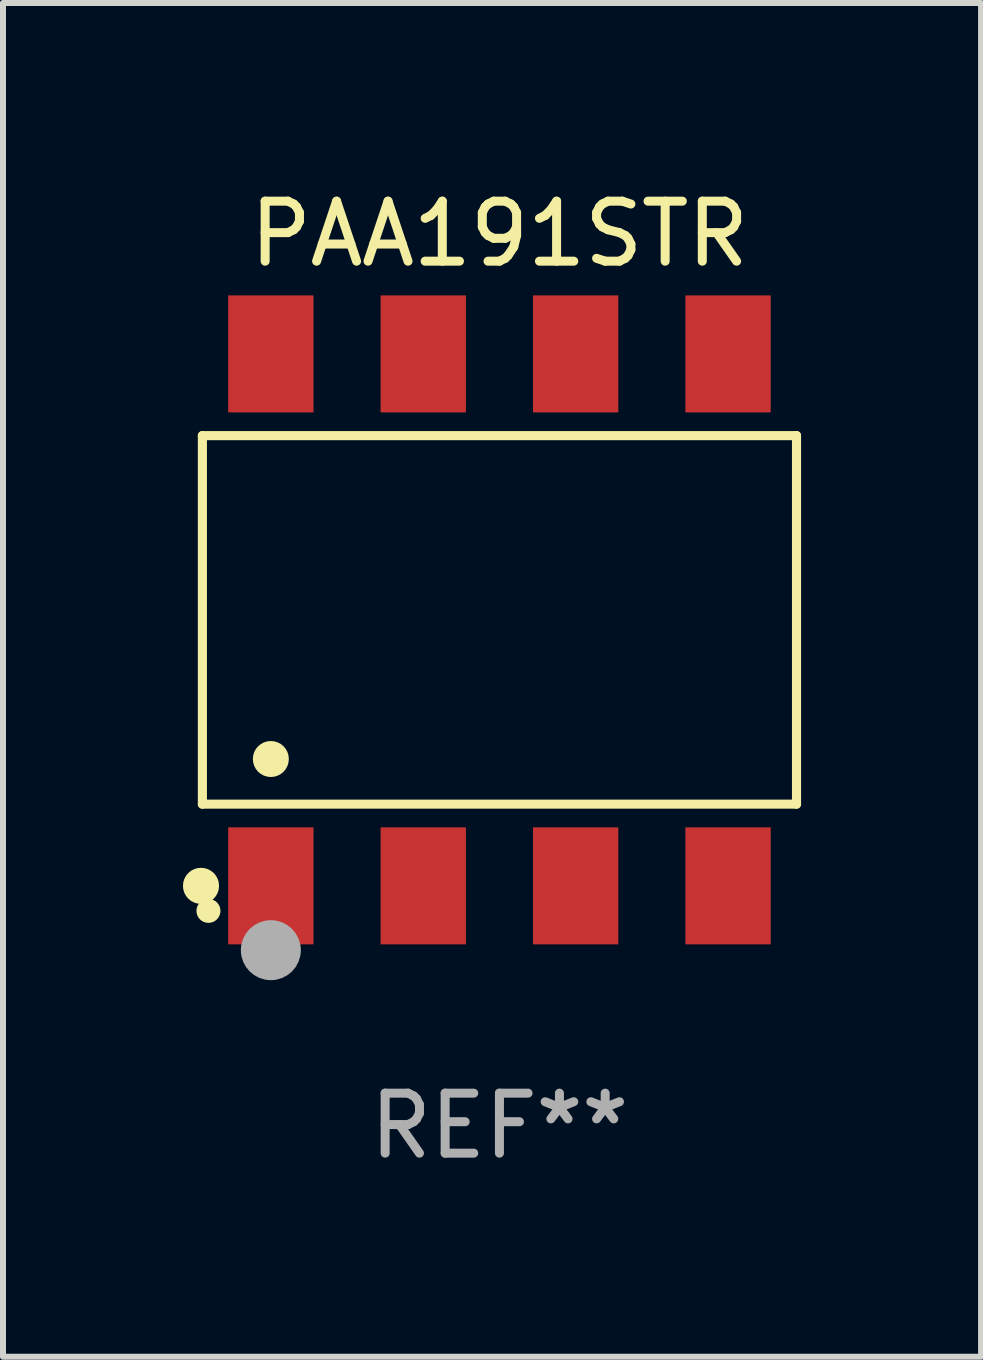
<source format=kicad_pcb>
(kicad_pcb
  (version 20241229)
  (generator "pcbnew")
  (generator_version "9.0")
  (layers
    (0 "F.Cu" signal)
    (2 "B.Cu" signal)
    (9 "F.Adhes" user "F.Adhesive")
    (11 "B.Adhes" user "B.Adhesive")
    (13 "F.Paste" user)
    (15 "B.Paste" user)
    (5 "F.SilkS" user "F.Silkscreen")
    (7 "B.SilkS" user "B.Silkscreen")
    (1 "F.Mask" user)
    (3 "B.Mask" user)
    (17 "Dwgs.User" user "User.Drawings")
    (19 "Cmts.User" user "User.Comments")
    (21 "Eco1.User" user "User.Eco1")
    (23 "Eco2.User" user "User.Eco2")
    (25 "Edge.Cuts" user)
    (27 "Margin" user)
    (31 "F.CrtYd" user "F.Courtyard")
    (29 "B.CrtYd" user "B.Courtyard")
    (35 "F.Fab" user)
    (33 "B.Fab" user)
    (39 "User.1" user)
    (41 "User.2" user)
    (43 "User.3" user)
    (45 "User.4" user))
  (footprint "PAA191STR"
    (layer "F.Cu")
    (at 5.274 7.281)
    (property "Reference" "PAA191STR" (at 0 -6.433 0) (layer "F.SilkS") (effects (font (size 1 1) (thickness 0.15))))
    (attr through_hole)
    (fp_line (start -4.951 -3.071) (end 4.951 -3.071) (stroke (width 0.152) (type solid)) (layer "F.SilkS"))
    (fp_line (start -4.951 3.071) (end -4.951 -3.071) (stroke (width 0.152) (type solid)) (layer "F.SilkS"))
    (fp_line (start 4.951 -3.071) (end 4.951 3.071) (stroke (width 0.152) (type solid)) (layer "F.SilkS"))
    (fp_line (start 4.951 3.071) (end -4.951 3.071) (stroke (width 0.152) (type solid)) (layer "F.SilkS"))
    (fp_circle (center -4.974 4.433) (end -4.823 4.433) (stroke (width 0.3) (type solid)) (fill no) (layer "F.SilkS"))
    (fp_circle (center -4.85 4.85) (end -4.75 4.85) (stroke (width 0.2) (type solid)) (fill no) (layer "F.SilkS"))
    (fp_circle (center -3.81 2.319) (end -3.66 2.319) (stroke (width 0.3) (type solid)) (fill no) (layer "F.SilkS"))
    (fp_circle (center -3.81 5.505) (end -3.56 5.505) (stroke (width 0.5) (type solid)) (fill no) (layer "F.Fab"))
    (fp_text user "REF**" (at 0 8.433 0) (layer "F.Fab") (effects (font (size 1 1) (thickness 0.15))))
    (pad "1" smd rect (at -3.81 4.433) (size 1.422 1.95) (layers "F.Cu" "F.Mask" "F.Paste"))
    (pad "2" smd rect (at -1.27 4.433) (size 1.422 1.95) (layers "F.Cu" "F.Mask" "F.Paste"))
    (pad "3" smd rect (at 1.27 4.433) (size 1.422 1.95) (layers "F.Cu" "F.Mask" "F.Paste"))
    (pad "4" smd rect (at 3.81 4.433) (size 1.422 1.95) (layers "F.Cu" "F.Mask" "F.Paste"))
    (pad "5" smd rect (at 3.81 -4.433) (size 1.422 1.95) (layers "F.Cu" "F.Mask" "F.Paste"))
    (pad "6" smd rect (at 1.27 -4.433) (size 1.422 1.95) (layers "F.Cu" "F.Mask" "F.Paste"))
    (pad "7" smd rect (at -1.27 -4.433) (size 1.422 1.95) (layers "F.Cu" "F.Mask" "F.Paste"))
    (pad "8" smd rect (at -3.81 -4.433) (size 1.422 1.95) (layers "F.Cu" "F.Mask" "F.Paste")))
  (gr_rect
    (start -3 -3)
    (end 13.301 19.562)
    (stroke (width 0.1) (type default))
    (fill no)
    (layer "Edge.Cuts")))
</source>
